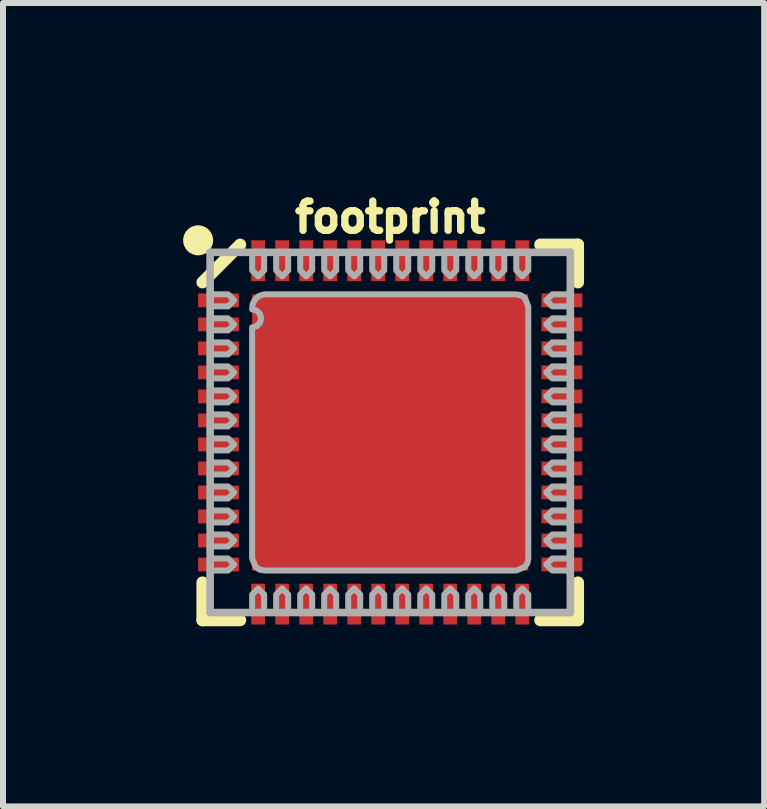
<source format=kicad_pcb>
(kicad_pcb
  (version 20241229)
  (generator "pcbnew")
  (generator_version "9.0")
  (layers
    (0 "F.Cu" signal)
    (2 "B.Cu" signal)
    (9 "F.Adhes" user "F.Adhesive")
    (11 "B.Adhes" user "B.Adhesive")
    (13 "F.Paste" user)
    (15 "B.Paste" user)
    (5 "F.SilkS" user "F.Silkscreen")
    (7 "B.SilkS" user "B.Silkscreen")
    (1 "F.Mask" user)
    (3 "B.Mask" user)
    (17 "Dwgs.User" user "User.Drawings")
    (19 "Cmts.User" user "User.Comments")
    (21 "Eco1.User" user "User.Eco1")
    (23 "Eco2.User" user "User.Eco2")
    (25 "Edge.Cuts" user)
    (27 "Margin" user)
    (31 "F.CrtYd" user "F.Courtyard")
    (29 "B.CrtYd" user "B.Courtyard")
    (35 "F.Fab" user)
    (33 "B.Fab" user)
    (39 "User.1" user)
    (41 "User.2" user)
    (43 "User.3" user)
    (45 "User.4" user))
  (footprint "footprint"
    (layer "F.Cu")
    (at 3.45 4.153)
    (property "Reference" "footprint" (at 0 -3.3 0) (layer "F.SilkS") (effects (font (size 0.488 0.488) (thickness 0.122)) (justify bottom)))
    (fp_line (start -3.127 -2.5) (end -2.5 -3.127) (stroke (width 0.203) (type solid)) (layer "F.SilkS"))
    (fp_line (start -3.127 2.5) (end -3.127 3.127) (stroke (width 0.203) (type solid)) (layer "F.SilkS"))
    (fp_line (start -3.127 3.127) (end -2.5 3.127) (stroke (width 0.203) (type solid)) (layer "F.SilkS"))
    (fp_line (start 2.5 3.127) (end 3.127 3.127) (stroke (width 0.203) (type solid)) (layer "F.SilkS"))
    (fp_line (start 3.127 -3.127) (end 2.5 -3.127) (stroke (width 0.203) (type solid)) (layer "F.SilkS"))
    (fp_line (start 3.127 -2.5) (end 3.127 -3.127) (stroke (width 0.203) (type solid)) (layer "F.SilkS"))
    (fp_line (start 3.127 3.127) (end 3.127 2.5) (stroke (width 0.203) (type solid)) (layer "F.SilkS"))
    (fp_circle (center -3.2 -3.2) (end -3.075 -3.2) (stroke (width 0.25) (type solid)) (fill yes) (layer "F.SilkS"))
    (fp_poly (pts (xy -3.158 -2.099) (xy -2.562 -2.099) (xy -2.562 -2.301) (xy -3.158 -2.301)) (stroke (width 0) (type solid)) (fill yes) (layer "F.Paste"))
    (fp_poly (pts (xy -3.158 -1.699) (xy -2.562 -1.699) (xy -2.562 -1.901) (xy -3.158 -1.901)) (stroke (width 0) (type solid)) (fill yes) (layer "F.Paste"))
    (fp_poly (pts (xy -3.158 -1.299) (xy -2.562 -1.299) (xy -2.562 -1.501) (xy -3.158 -1.501)) (stroke (width 0) (type solid)) (fill yes) (layer "F.Paste"))
    (fp_poly (pts (xy -3.158 -0.899) (xy -2.562 -0.899) (xy -2.562 -1.101) (xy -3.158 -1.101)) (stroke (width 0) (type solid)) (fill yes) (layer "F.Paste"))
    (fp_poly (pts (xy -3.158 -0.499) (xy -2.562 -0.499) (xy -2.562 -0.701) (xy -3.158 -0.701)) (stroke (width 0) (type solid)) (fill yes) (layer "F.Paste"))
    (fp_poly (pts (xy -3.158 -0.099) (xy -2.562 -0.099) (xy -2.562 -0.301) (xy -3.158 -0.301)) (stroke (width 0) (type solid)) (fill yes) (layer "F.Paste"))
    (fp_poly (pts (xy -3.158 0.301) (xy -2.562 0.301) (xy -2.562 0.099) (xy -3.158 0.099)) (stroke (width 0) (type solid)) (fill yes) (layer "F.Paste"))
    (fp_poly (pts (xy -3.158 0.701) (xy -2.562 0.701) (xy -2.562 0.499) (xy -3.158 0.499)) (stroke (width 0) (type solid)) (fill yes) (layer "F.Paste"))
    (fp_poly (pts (xy -3.158 1.101) (xy -2.562 1.101) (xy -2.562 0.899) (xy -3.158 0.899)) (stroke (width 0) (type solid)) (fill yes) (layer "F.Paste"))
    (fp_poly (pts (xy -3.158 1.501) (xy -2.562 1.501) (xy -2.562 1.299) (xy -3.158 1.299)) (stroke (width 0) (type solid)) (fill yes) (layer "F.Paste"))
    (fp_poly (pts (xy -3.158 1.901) (xy -2.562 1.901) (xy -2.562 1.699) (xy -3.158 1.699)) (stroke (width 0) (type solid)) (fill yes) (layer "F.Paste"))
    (fp_poly (pts (xy -3.158 2.301) (xy -2.562 2.301) (xy -2.562 2.099) (xy -3.158 2.099)) (stroke (width 0) (type solid)) (fill yes) (layer "F.Paste"))
    (fp_poly (pts (xy -2.301 -3.158) (xy -2.301 -2.562) (xy -2.099 -2.562) (xy -2.099 -3.158)) (stroke (width 0) (type solid)) (fill yes) (layer "F.Paste"))
    (fp_poly (pts (xy -2.099 3.158) (xy -2.099 2.562) (xy -2.301 2.562) (xy -2.301 3.158)) (stroke (width 0) (type solid)) (fill yes) (layer "F.Paste"))
    (fp_poly (pts (xy -1.901 -3.158) (xy -1.901 -2.562) (xy -1.699 -2.562) (xy -1.699 -3.158)) (stroke (width 0) (type solid)) (fill yes) (layer "F.Paste"))
    (fp_poly (pts (xy -1.699 3.158) (xy -1.699 2.562) (xy -1.901 2.562) (xy -1.901 3.158)) (stroke (width 0) (type solid)) (fill yes) (layer "F.Paste"))
    (fp_poly (pts (xy -1.501 -3.158) (xy -1.501 -2.562) (xy -1.299 -2.562) (xy -1.299 -3.158)) (stroke (width 0) (type solid)) (fill yes) (layer "F.Paste"))
    (fp_poly (pts (xy -1.299 3.158) (xy -1.299 2.562) (xy -1.501 2.562) (xy -1.501 3.158)) (stroke (width 0) (type solid)) (fill yes) (layer "F.Paste"))
    (fp_poly (pts (xy -1.101 -3.158) (xy -1.101 -2.562) (xy -0.899 -2.562) (xy -0.899 -3.158)) (stroke (width 0) (type solid)) (fill yes) (layer "F.Paste"))
    (fp_poly (pts (xy -0.899 3.158) (xy -0.899 2.562) (xy -1.101 2.562) (xy -1.101 3.158)) (stroke (width 0) (type solid)) (fill yes) (layer "F.Paste"))
    (fp_poly (pts (xy -0.701 -3.158) (xy -0.701 -2.562) (xy -0.499 -2.562) (xy -0.499 -3.158)) (stroke (width 0) (type solid)) (fill yes) (layer "F.Paste"))
    (fp_poly (pts (xy -0.499 3.158) (xy -0.499 2.562) (xy -0.701 2.562) (xy -0.701 3.158)) (stroke (width 0) (type solid)) (fill yes) (layer "F.Paste"))
    (fp_poly (pts (xy -0.489 -0.489) (xy -0.489 -1.811) (xy -1.811 -1.811) (xy -1.811 -0.489)) (stroke (width 0) (type solid)) (fill yes) (layer "F.Paste"))
    (fp_poly (pts (xy -0.489 0.489) (xy -1.811 0.489) (xy -1.811 1.811) (xy -0.489 1.811)) (stroke (width 0) (type solid)) (fill yes) (layer "F.Paste"))
    (fp_poly (pts (xy -0.301 -3.158) (xy -0.301 -2.562) (xy -0.099 -2.562) (xy -0.099 -3.158)) (stroke (width 0) (type solid)) (fill yes) (layer "F.Paste"))
    (fp_poly (pts (xy -0.099 3.158) (xy -0.099 2.562) (xy -0.301 2.562) (xy -0.301 3.158)) (stroke (width 0) (type solid)) (fill yes) (layer "F.Paste"))
    (fp_poly (pts (xy 0.099 -3.158) (xy 0.099 -2.562) (xy 0.301 -2.562) (xy 0.301 -3.158)) (stroke (width 0) (type solid)) (fill yes) (layer "F.Paste"))
    (fp_poly (pts (xy 0.301 3.158) (xy 0.301 2.562) (xy 0.099 2.562) (xy 0.099 3.158)) (stroke (width 0) (type solid)) (fill yes) (layer "F.Paste"))
    (fp_poly (pts (xy 0.489 -0.489) (xy 1.811 -0.489) (xy 1.811 -1.811) (xy 0.489 -1.811)) (stroke (width 0) (type solid)) (fill yes) (layer "F.Paste"))
    (fp_poly (pts (xy 0.489 0.489) (xy 0.489 1.811) (xy 1.811 1.811) (xy 1.811 0.489)) (stroke (width 0) (type solid)) (fill yes) (layer "F.Paste"))
    (fp_poly (pts (xy 0.499 -3.158) (xy 0.499 -2.562) (xy 0.701 -2.562) (xy 0.701 -3.158)) (stroke (width 0) (type solid)) (fill yes) (layer "F.Paste"))
    (fp_poly (pts (xy 0.701 3.158) (xy 0.701 2.562) (xy 0.499 2.562) (xy 0.499 3.158)) (stroke (width 0) (type solid)) (fill yes) (layer "F.Paste"))
    (fp_poly (pts (xy 0.899 -3.158) (xy 0.899 -2.562) (xy 1.101 -2.562) (xy 1.101 -3.158)) (stroke (width 0) (type solid)) (fill yes) (layer "F.Paste"))
    (fp_poly (pts (xy 1.101 3.158) (xy 1.101 2.562) (xy 0.899 2.562) (xy 0.899 3.158)) (stroke (width 0) (type solid)) (fill yes) (layer "F.Paste"))
    (fp_poly (pts (xy 1.299 -3.158) (xy 1.299 -2.562) (xy 1.501 -2.562) (xy 1.501 -3.158)) (stroke (width 0) (type solid)) (fill yes) (layer "F.Paste"))
    (fp_poly (pts (xy 1.501 3.158) (xy 1.501 2.562) (xy 1.299 2.562) (xy 1.299 3.158)) (stroke (width 0) (type solid)) (fill yes) (layer "F.Paste"))
    (fp_poly (pts (xy 1.699 -3.158) (xy 1.699 -2.562) (xy 1.901 -2.562) (xy 1.901 -3.158)) (stroke (width 0) (type solid)) (fill yes) (layer "F.Paste"))
    (fp_poly (pts (xy 1.901 3.158) (xy 1.901 2.562) (xy 1.699 2.562) (xy 1.699 3.158)) (stroke (width 0) (type solid)) (fill yes) (layer "F.Paste"))
    (fp_poly (pts (xy 2.099 -3.158) (xy 2.099 -2.562) (xy 2.301 -2.562) (xy 2.301 -3.158)) (stroke (width 0) (type solid)) (fill yes) (layer "F.Paste"))
    (fp_poly (pts (xy 2.301 3.158) (xy 2.301 2.562) (xy 2.099 2.562) (xy 2.099 3.158)) (stroke (width 0) (type solid)) (fill yes) (layer "F.Paste"))
    (fp_poly (pts (xy 3.158 -2.301) (xy 2.562 -2.301) (xy 2.562 -2.099) (xy 3.158 -2.099)) (stroke (width 0) (type solid)) (fill yes) (layer "F.Paste"))
    (fp_poly (pts (xy 3.158 -1.901) (xy 2.562 -1.901) (xy 2.562 -1.699) (xy 3.158 -1.699)) (stroke (width 0) (type solid)) (fill yes) (layer "F.Paste"))
    (fp_poly (pts (xy 3.158 -1.501) (xy 2.562 -1.501) (xy 2.562 -1.299) (xy 3.158 -1.299)) (stroke (width 0) (type solid)) (fill yes) (layer "F.Paste"))
    (fp_poly (pts (xy 3.158 -1.101) (xy 2.562 -1.101) (xy 2.562 -0.899) (xy 3.158 -0.899)) (stroke (width 0) (type solid)) (fill yes) (layer "F.Paste"))
    (fp_poly (pts (xy 3.158 -0.701) (xy 2.562 -0.701) (xy 2.562 -0.499) (xy 3.158 -0.499)) (stroke (width 0) (type solid)) (fill yes) (layer "F.Paste"))
    (fp_poly (pts (xy 3.158 -0.301) (xy 2.562 -0.301) (xy 2.562 -0.099) (xy 3.158 -0.099)) (stroke (width 0) (type solid)) (fill yes) (layer "F.Paste"))
    (fp_poly (pts (xy 3.158 0.099) (xy 2.562 0.099) (xy 2.562 0.301) (xy 3.158 0.301)) (stroke (width 0) (type solid)) (fill yes) (layer "F.Paste"))
    (fp_poly (pts (xy 3.158 0.499) (xy 2.562 0.499) (xy 2.562 0.701) (xy 3.158 0.701)) (stroke (width 0) (type solid)) (fill yes) (layer "F.Paste"))
    (fp_poly (pts (xy 3.158 0.899) (xy 2.562 0.899) (xy 2.562 1.101) (xy 3.158 1.101)) (stroke (width 0) (type solid)) (fill yes) (layer "F.Paste"))
    (fp_poly (pts (xy 3.158 1.299) (xy 2.562 1.299) (xy 2.562 1.501) (xy 3.158 1.501)) (stroke (width 0) (type solid)) (fill yes) (layer "F.Paste"))
    (fp_poly (pts (xy 3.158 1.699) (xy 2.562 1.699) (xy 2.562 1.901) (xy 3.158 1.901)) (stroke (width 0) (type solid)) (fill yes) (layer "F.Paste"))
    (fp_poly (pts (xy 3.158 2.099) (xy 2.562 2.099) (xy 2.562 2.301) (xy 3.158 2.301)) (stroke (width 0) (type solid)) (fill yes) (layer "F.Paste"))
    (fp_line (start -3 -3) (end -3 3) (stroke (width 0.127) (type solid)) (layer "F.Fab"))
    (fp_line (start -3 3) (end 3 3) (stroke (width 0.127) (type solid)) (layer "F.Fab"))
    (fp_line (start 3 -3) (end -3 -3) (stroke (width 0.127) (type solid)) (layer "F.Fab"))
    (fp_line (start 3 3) (end 3 -3) (stroke (width 0.127) (type solid)) (layer "F.Fab"))
    (fp_poly (pts (xy -2.6 -2.2) (xy -2.7 -2.1) (xy -3 -2.1) (xy -3 -2.3) (xy -2.7 -2.3)) (stroke (width 0.1) (type solid)) (fill no) (layer "F.Fab"))
    (fp_poly (pts (xy -2.6 -1.8) (xy -2.7 -1.7) (xy -3 -1.7) (xy -3 -1.9) (xy -2.7 -1.9)) (stroke (width 0.1) (type solid)) (fill no) (layer "F.Fab"))
    (fp_poly (pts (xy -2.6 -1.4) (xy -2.7 -1.3) (xy -3 -1.3) (xy -3 -1.5) (xy -2.7 -1.5)) (stroke (width 0.1) (type solid)) (fill no) (layer "F.Fab"))
    (fp_poly (pts (xy -2.6 -1) (xy -2.7 -0.9) (xy -3 -0.9) (xy -3 -1.1) (xy -2.7 -1.1)) (stroke (width 0.1) (type solid)) (fill no) (layer "F.Fab"))
    (fp_poly (pts (xy -2.6 -0.6) (xy -2.7 -0.5) (xy -3 -0.5) (xy -3 -0.7) (xy -2.7 -0.7)) (stroke (width 0.1) (type solid)) (fill no) (layer "F.Fab"))
    (fp_poly (pts (xy -2.6 -0.2) (xy -2.7 -0.1) (xy -3 -0.1) (xy -3 -0.3) (xy -2.7 -0.3)) (stroke (width 0.1) (type solid)) (fill no) (layer "F.Fab"))
    (fp_poly (pts (xy -2.6 0.2) (xy -2.7 0.3) (xy -3 0.3) (xy -3 0.1) (xy -2.7 0.1)) (stroke (width 0.1) (type solid)) (fill no) (layer "F.Fab"))
    (fp_poly (pts (xy -2.6 0.6) (xy -2.7 0.7) (xy -3 0.7) (xy -3 0.5) (xy -2.7 0.5)) (stroke (width 0.1) (type solid)) (fill no) (layer "F.Fab"))
    (fp_poly (pts (xy -2.6 1) (xy -2.7 1.1) (xy -3 1.1) (xy -3 0.9) (xy -2.7 0.9)) (stroke (width 0.1) (type solid)) (fill no) (layer "F.Fab"))
    (fp_poly (pts (xy -2.6 1.4) (xy -2.7 1.5) (xy -3 1.5) (xy -3 1.3) (xy -2.7 1.3)) (stroke (width 0.1) (type solid)) (fill no) (layer "F.Fab"))
    (fp_poly (pts (xy -2.6 1.8) (xy -2.7 1.9) (xy -3 1.9) (xy -3 1.7) (xy -2.7 1.7)) (stroke (width 0.1) (type solid)) (fill no) (layer "F.Fab"))
    (fp_poly (pts (xy -2.6 2.2) (xy -2.7 2.3) (xy -3 2.3) (xy -3 2.1) (xy -2.7 2.1)) (stroke (width 0.1) (type solid)) (fill no) (layer "F.Fab"))
    (fp_poly (pts (xy -2.1 -2.7) (xy -2.2 -2.6) (xy -2.3 -2.7) (xy -2.3 -3) (xy -2.1 -3)) (stroke (width 0.1) (type solid)) (fill no) (layer "F.Fab"))
    (fp_poly (pts (xy -2.1 2.7) (xy -2.1 3) (xy -2.3 3) (xy -2.3 2.7) (xy -2.2 2.6)) (stroke (width 0.1) (type solid)) (fill no) (layer "F.Fab"))
    (fp_poly (pts (xy -1.7 -2.7) (xy -1.8 -2.6) (xy -1.9 -2.7) (xy -1.9 -3) (xy -1.7 -3)) (stroke (width 0.1) (type solid)) (fill no) (layer "F.Fab"))
    (fp_poly (pts (xy -1.7 2.7) (xy -1.7 3) (xy -1.9 3) (xy -1.9 2.7) (xy -1.8 2.6)) (stroke (width 0.1) (type solid)) (fill no) (layer "F.Fab"))
    (fp_poly (pts (xy -1.3 -2.7) (xy -1.4 -2.6) (xy -1.5 -2.7) (xy -1.5 -3) (xy -1.3 -3)) (stroke (width 0.1) (type solid)) (fill no) (layer "F.Fab"))
    (fp_poly (pts (xy -1.3 2.7) (xy -1.3 3) (xy -1.5 3) (xy -1.5 2.7) (xy -1.4 2.6)) (stroke (width 0.1) (type solid)) (fill no) (layer "F.Fab"))
    (fp_poly (pts (xy -0.9 -2.7) (xy -1 -2.6) (xy -1.1 -2.7) (xy -1.1 -3) (xy -0.9 -3)) (stroke (width 0.1) (type solid)) (fill no) (layer "F.Fab"))
    (fp_poly (pts (xy -0.9 2.7) (xy -0.9 3) (xy -1.1 3) (xy -1.1 2.7) (xy -1 2.6)) (stroke (width 0.1) (type solid)) (fill no) (layer "F.Fab"))
    (fp_poly (pts (xy -0.5 -2.7) (xy -0.6 -2.6) (xy -0.7 -2.7) (xy -0.7 -3) (xy -0.5 -3)) (stroke (width 0.1) (type solid)) (fill no) (layer "F.Fab"))
    (fp_poly (pts (xy -0.5 2.7) (xy -0.5 3) (xy -0.7 3) (xy -0.7 2.7) (xy -0.6 2.6)) (stroke (width 0.1) (type solid)) (fill no) (layer "F.Fab"))
    (fp_poly (pts (xy -0.1 -2.7) (xy -0.2 -2.6) (xy -0.3 -2.7) (xy -0.3 -3) (xy -0.1 -3)) (stroke (width 0.1) (type solid)) (fill no) (layer "F.Fab"))
    (fp_poly (pts (xy -0.1 2.7) (xy -0.1 3) (xy -0.3 3) (xy -0.3 2.7) (xy -0.2 2.6)) (stroke (width 0.1) (type solid)) (fill no) (layer "F.Fab"))
    (fp_poly (pts (xy 0.3 -2.7) (xy 0.2 -2.6) (xy 0.1 -2.7) (xy 0.1 -3) (xy 0.3 -3)) (stroke (width 0.1) (type solid)) (fill no) (layer "F.Fab"))
    (fp_poly (pts (xy 0.3 2.7) (xy 0.3 3) (xy 0.1 3) (xy 0.1 2.7) (xy 0.2 2.6)) (stroke (width 0.1) (type solid)) (fill no) (layer "F.Fab"))
    (fp_poly (pts (xy 0.7 -2.7) (xy 0.6 -2.6) (xy 0.5 -2.7) (xy 0.5 -3) (xy 0.7 -3)) (stroke (width 0.1) (type solid)) (fill no) (layer "F.Fab"))
    (fp_poly (pts (xy 0.7 2.7) (xy 0.7 3) (xy 0.5 3) (xy 0.5 2.7) (xy 0.6 2.6)) (stroke (width 0.1) (type solid)) (fill no) (layer "F.Fab"))
    (fp_poly (pts (xy 1.1 -2.7) (xy 1 -2.6) (xy 0.9 -2.7) (xy 0.9 -3) (xy 1.1 -3)) (stroke (width 0.1) (type solid)) (fill no) (layer "F.Fab"))
    (fp_poly (pts (xy 1.1 2.7) (xy 1.1 3) (xy 0.9 3) (xy 0.9 2.7) (xy 1 2.6)) (stroke (width 0.1) (type solid)) (fill no) (layer "F.Fab"))
    (fp_poly (pts (xy 1.5 -2.7) (xy 1.4 -2.6) (xy 1.3 -2.7) (xy 1.3 -3) (xy 1.5 -3)) (stroke (width 0.1) (type solid)) (fill no) (layer "F.Fab"))
    (fp_poly (pts (xy 1.5 2.7) (xy 1.5 3) (xy 1.3 3) (xy 1.3 2.7) (xy 1.4 2.6)) (stroke (width 0.1) (type solid)) (fill no) (layer "F.Fab"))
    (fp_poly (pts (xy 1.9 -2.7) (xy 1.8 -2.6) (xy 1.7 -2.7) (xy 1.7 -3) (xy 1.9 -3)) (stroke (width 0.1) (type solid)) (fill no) (layer "F.Fab"))
    (fp_poly (pts (xy 1.9 2.7) (xy 1.9 3) (xy 1.7 3) (xy 1.7 2.7) (xy 1.8 2.6)) (stroke (width 0.1) (type solid)) (fill no) (layer "F.Fab"))
    (fp_poly (pts (xy 2.3 -2.7) (xy 2.2 -2.6) (xy 2.1 -2.7) (xy 2.1 -3) (xy 2.3 -3)) (stroke (width 0.1) (type solid)) (fill no) (layer "F.Fab"))
    (fp_poly (pts (xy 2.3 2.7) (xy 2.3 3) (xy 2.1 3) (xy 2.1 2.7) (xy 2.2 2.6)) (stroke (width 0.1) (type solid)) (fill no) (layer "F.Fab"))
    (fp_poly (pts (xy 3 -2.1) (xy 2.7 -2.1) (xy 2.6 -2.2) (xy 2.7 -2.3) (xy 3 -2.3)) (stroke (width 0.1) (type solid)) (fill no) (layer "F.Fab"))
    (fp_poly (pts (xy 3 -1.7) (xy 2.7 -1.7) (xy 2.6 -1.8) (xy 2.7 -1.9) (xy 3 -1.9)) (stroke (width 0.1) (type solid)) (fill no) (layer "F.Fab"))
    (fp_poly (pts (xy 3 -1.3) (xy 2.7 -1.3) (xy 2.6 -1.4) (xy 2.7 -1.5) (xy 3 -1.5)) (stroke (width 0.1) (type solid)) (fill no) (layer "F.Fab"))
    (fp_poly (pts (xy 3 -0.9) (xy 2.7 -0.9) (xy 2.6 -1) (xy 2.7 -1.1) (xy 3 -1.1)) (stroke (width 0.1) (type solid)) (fill no) (layer "F.Fab"))
    (fp_poly (pts (xy 3 -0.5) (xy 2.7 -0.5) (xy 2.6 -0.6) (xy 2.7 -0.7) (xy 3 -0.7)) (stroke (width 0.1) (type solid)) (fill no) (layer "F.Fab"))
    (fp_poly (pts (xy 3 -0.1) (xy 2.7 -0.1) (xy 2.6 -0.2) (xy 2.7 -0.3) (xy 3 -0.3)) (stroke (width 0.1) (type solid)) (fill no) (layer "F.Fab"))
    (fp_poly (pts (xy 3 0.3) (xy 2.7 0.3) (xy 2.6 0.2) (xy 2.7 0.1) (xy 3 0.1)) (stroke (width 0.1) (type solid)) (fill no) (layer "F.Fab"))
    (fp_poly (pts (xy 3 0.7) (xy 2.7 0.7) (xy 2.6 0.6) (xy 2.7 0.5) (xy 3 0.5)) (stroke (width 0.1) (type solid)) (fill no) (layer "F.Fab"))
    (fp_poly (pts (xy 3 1.1) (xy 2.7 1.1) (xy 2.6 1) (xy 2.7 0.9) (xy 3 0.9)) (stroke (width 0.1) (type solid)) (fill no) (layer "F.Fab"))
    (fp_poly (pts (xy 3 1.5) (xy 2.7 1.5) (xy 2.6 1.4) (xy 2.7 1.3) (xy 3 1.3)) (stroke (width 0.1) (type solid)) (fill no) (layer "F.Fab"))
    (fp_poly (pts (xy 3 1.9) (xy 2.7 1.9) (xy 2.6 1.8) (xy 2.7 1.7) (xy 3 1.7)) (stroke (width 0.1) (type solid)) (fill no) (layer "F.Fab"))
    (fp_poly (pts (xy 3 2.3) (xy 2.7 2.3) (xy 2.6 2.2) (xy 2.7 2.1) (xy 3 2.1)) (stroke (width 0.1) (type solid)) (fill no) (layer "F.Fab"))
    (fp_poly (pts (xy 2.177 -2.285) (xy 2.241 -2.241) (xy 2.3 -2.1) (xy 2.3 2.1) (xy 2.285 2.177) (xy 2.241 2.241) (xy 2.1 2.3) (xy -2.1 2.3) (xy -2.177 2.285) (xy -2.241 2.241) (xy -2.3 2.1) (xy -2.3 -1.75) (xy -2.225 -1.77) (xy -2.17 -1.825) (xy -2.15 -1.9) (xy -2.17 -1.975) (xy -2.225 -2.03) (xy -2.3 -2.05) (xy -2.292 -2.138) (xy -2.252 -2.216) (xy -2.184 -2.273) (xy -2.1 -2.3) (xy 2.1 -2.3)) (stroke (width 0.1) (type solid)) (fill no) (layer "F.Fab"))
    (pad "1" smd rect (at -2.86 -2.2 90) (size 0.23 0.68) (layers "F.Cu" "F.Mask"))
    (pad "2" smd rect (at -2.86 -1.8 90) (size 0.23 0.68) (layers "F.Cu" "F.Mask"))
    (pad "3" smd rect (at -2.86 -1.4 90) (size 0.23 0.68) (layers "F.Cu" "F.Mask"))
    (pad "4" smd rect (at -2.86 -1 90) (size 0.23 0.68) (layers "F.Cu" "F.Mask"))
    (pad "5" smd rect (at -2.86 -0.6 90) (size 0.23 0.68) (layers "F.Cu" "F.Mask"))
    (pad "6" smd rect (at -2.86 -0.2 90) (size 0.23 0.68) (layers "F.Cu" "F.Mask"))
    (pad "7" smd rect (at -2.86 0.2 90) (size 0.23 0.68) (layers "F.Cu" "F.Mask"))
    (pad "8" smd rect (at -2.86 0.6 90) (size 0.23 0.68) (layers "F.Cu" "F.Mask"))
    (pad "9" smd rect (at -2.86 1 90) (size 0.23 0.68) (layers "F.Cu" "F.Mask"))
    (pad "10" smd rect (at -2.86 1.4 90) (size 0.23 0.68) (layers "F.Cu" "F.Mask"))
    (pad "11" smd rect (at -2.86 1.8 90) (size 0.23 0.68) (layers "F.Cu" "F.Mask"))
    (pad "12" smd rect (at -2.86 2.2 90) (size 0.23 0.68) (layers "F.Cu" "F.Mask"))
    (pad "13" smd rect (at -2.2 2.86 180) (size 0.23 0.68) (layers "F.Cu" "F.Mask"))
    (pad "14" smd rect (at -1.8 2.86 180) (size 0.23 0.68) (layers "F.Cu" "F.Mask"))
    (pad "15" smd rect (at -1.4 2.86 180) (size 0.23 0.68) (layers "F.Cu" "F.Mask"))
    (pad "16" smd rect (at -1 2.86 180) (size 0.23 0.68) (layers "F.Cu" "F.Mask"))
    (pad "17" smd rect (at -0.6 2.86 180) (size 0.23 0.68) (layers "F.Cu" "F.Mask"))
    (pad "18" smd rect (at -0.2 2.86 180) (size 0.23 0.68) (layers "F.Cu" "F.Mask"))
    (pad "19" smd rect (at 0.2 2.86 180) (size 0.23 0.68) (layers "F.Cu" "F.Mask"))
    (pad "20" smd rect (at 0.6 2.86 180) (size 0.23 0.68) (layers "F.Cu" "F.Mask"))
    (pad "21" smd rect (at 1 2.86 180) (size 0.23 0.68) (layers "F.Cu" "F.Mask"))
    (pad "22" smd rect (at 1.4 2.86 180) (size 0.23 0.68) (layers "F.Cu" "F.Mask"))
    (pad "23" smd rect (at 1.8 2.86 180) (size 0.23 0.68) (layers "F.Cu" "F.Mask"))
    (pad "24" smd rect (at 2.2 2.86 180) (size 0.23 0.68) (layers "F.Cu" "F.Mask"))
    (pad "25" smd rect (at 2.86 2.2 270) (size 0.23 0.68) (layers "F.Cu" "F.Mask"))
    (pad "26" smd rect (at 2.86 1.8 270) (size 0.23 0.68) (layers "F.Cu" "F.Mask"))
    (pad "27" smd rect (at 2.86 1.4 270) (size 0.23 0.68) (layers "F.Cu" "F.Mask"))
    (pad "28" smd rect (at 2.86 1 270) (size 0.23 0.68) (layers "F.Cu" "F.Mask"))
    (pad "29" smd rect (at 2.86 0.6 270) (size 0.23 0.68) (layers "F.Cu" "F.Mask"))
    (pad "30" smd rect (at 2.86 0.2 270) (size 0.23 0.68) (layers "F.Cu" "F.Mask"))
    (pad "31" smd rect (at 2.86 -0.2 270) (size 0.23 0.68) (layers "F.Cu" "F.Mask"))
    (pad "32" smd rect (at 2.86 -0.6 270) (size 0.23 0.68) (layers "F.Cu" "F.Mask"))
    (pad "33" smd rect (at 2.86 -1 270) (size 0.23 0.68) (layers "F.Cu" "F.Mask"))
    (pad "34" smd rect (at 2.86 -1.4 270) (size 0.23 0.68) (layers "F.Cu" "F.Mask"))
    (pad "35" smd rect (at 2.86 -1.8 270) (size 0.23 0.68) (layers "F.Cu" "F.Mask"))
    (pad "36" smd rect (at 2.86 -2.2 270) (size 0.23 0.68) (layers "F.Cu" "F.Mask"))
    (pad "37" smd rect (at 2.2 -2.86) (size 0.23 0.68) (layers "F.Cu" "F.Mask"))
    (pad "38" smd rect (at 1.8 -2.86) (size 0.23 0.68) (layers "F.Cu" "F.Mask"))
    (pad "39" smd rect (at 1.4 -2.86) (size 0.23 0.68) (layers "F.Cu" "F.Mask"))
    (pad "40" smd rect (at 1 -2.86) (size 0.23 0.68) (layers "F.Cu" "F.Mask"))
    (pad "41" smd rect (at 0.6 -2.86) (size 0.23 0.68) (layers "F.Cu" "F.Mask"))
    (pad "42" smd rect (at 0.2 -2.86) (size 0.23 0.68) (layers "F.Cu" "F.Mask"))
    (pad "43" smd rect (at -0.2 -2.86) (size 0.23 0.68) (layers "F.Cu" "F.Mask"))
    (pad "44" smd rect (at -0.6 -2.86) (size 0.23 0.68) (layers "F.Cu" "F.Mask"))
    (pad "45" smd rect (at -1 -2.86) (size 0.23 0.68) (layers "F.Cu" "F.Mask"))
    (pad "46" smd rect (at -1.4 -2.86) (size 0.23 0.68) (layers "F.Cu" "F.Mask"))
    (pad "47" smd rect (at -1.8 -2.86) (size 0.23 0.68) (layers "F.Cu" "F.Mask"))
    (pad "48" smd rect (at -2.2 -2.86) (size 0.23 0.68) (layers "F.Cu" "F.Mask"))
    (pad "EP" smd rect (at 0 0) (size 4.6 4.6) (layers "F.Cu" "F.Mask")))
  (gr_rect
    (start -3 -3)
    (end 9.679 10.382)
    (stroke (width 0.1) (type default))
    (fill no)
    (layer "Edge.Cuts")))
</source>
